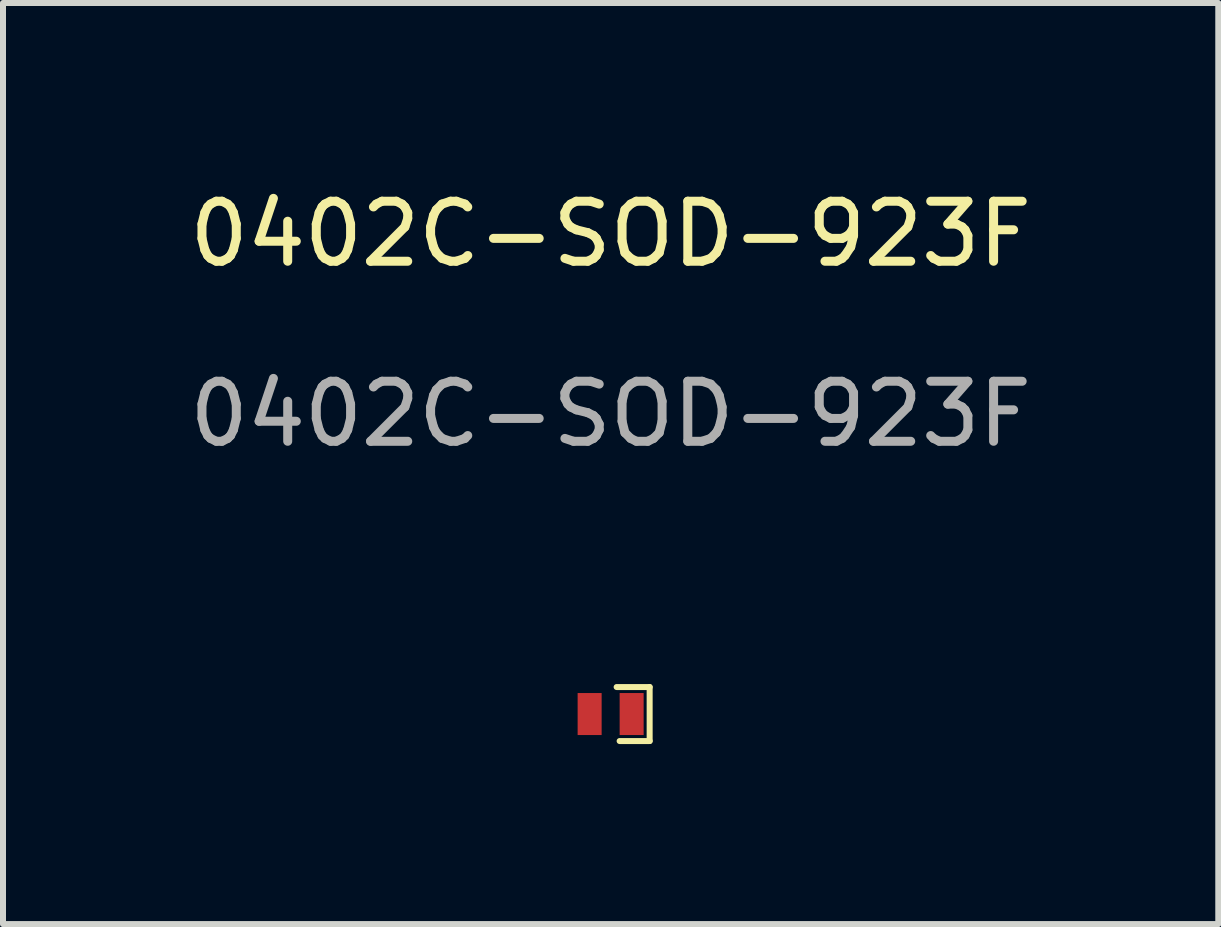
<source format=kicad_pcb>
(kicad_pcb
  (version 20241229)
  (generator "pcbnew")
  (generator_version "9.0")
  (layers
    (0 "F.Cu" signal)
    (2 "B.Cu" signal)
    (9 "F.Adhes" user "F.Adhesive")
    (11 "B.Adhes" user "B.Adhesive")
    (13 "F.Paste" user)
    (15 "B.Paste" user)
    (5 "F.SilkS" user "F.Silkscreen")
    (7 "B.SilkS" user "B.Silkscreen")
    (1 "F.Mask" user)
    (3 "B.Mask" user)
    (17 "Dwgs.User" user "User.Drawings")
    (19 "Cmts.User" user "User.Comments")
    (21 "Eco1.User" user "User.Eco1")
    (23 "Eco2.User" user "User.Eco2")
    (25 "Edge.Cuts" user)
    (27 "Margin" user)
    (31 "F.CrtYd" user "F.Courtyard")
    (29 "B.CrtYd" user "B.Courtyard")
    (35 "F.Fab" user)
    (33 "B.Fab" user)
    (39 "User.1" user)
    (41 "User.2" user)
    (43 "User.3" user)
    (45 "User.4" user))
  (footprint "0402C-SOD-923F"
    (layer "F.Cu")
    (at 7.125 8.848)
    (property "Reference" "0402C-SOD-923F" (at 0 -8 0) (unlocked yes) (layer "F.SilkS") (effects (font (size 1 1) (thickness 0.15))))
    (attr smd)
    (fp_line (start 0.1 -0.45) (end 0.65 -0.45) (stroke (width 0.1) (type default)) (layer "F.SilkS"))
    (fp_line (start 0.65 -0.45) (end 0.65 0.45) (stroke (width 0.1) (type default)) (layer "F.SilkS"))
    (fp_line (start 0.65 0.45) (end 0.15 0.45) (stroke (width 0.1) (type default)) (layer "F.SilkS"))
    (fp_text user "${REFERENCE}" (at 0 -5 0) (unlocked yes) (layer "F.Fab") (effects (font (size 1 1) (thickness 0.15))))
    (pad "1" smd rect (at 0.35 0) (size 0.4 0.7) (layers "F.Cu" "F.Mask" "F.Paste"))
    (pad "2" smd rect (at -0.35 0) (size 0.4 0.7) (layers "F.Cu" "F.Mask" "F.Paste")))
  (gr_rect
    (start -3 -3)
    (end 17.25 12.348)
    (stroke (width 0.1) (type default))
    (fill no)
    (layer "Edge.Cuts")))
</source>
